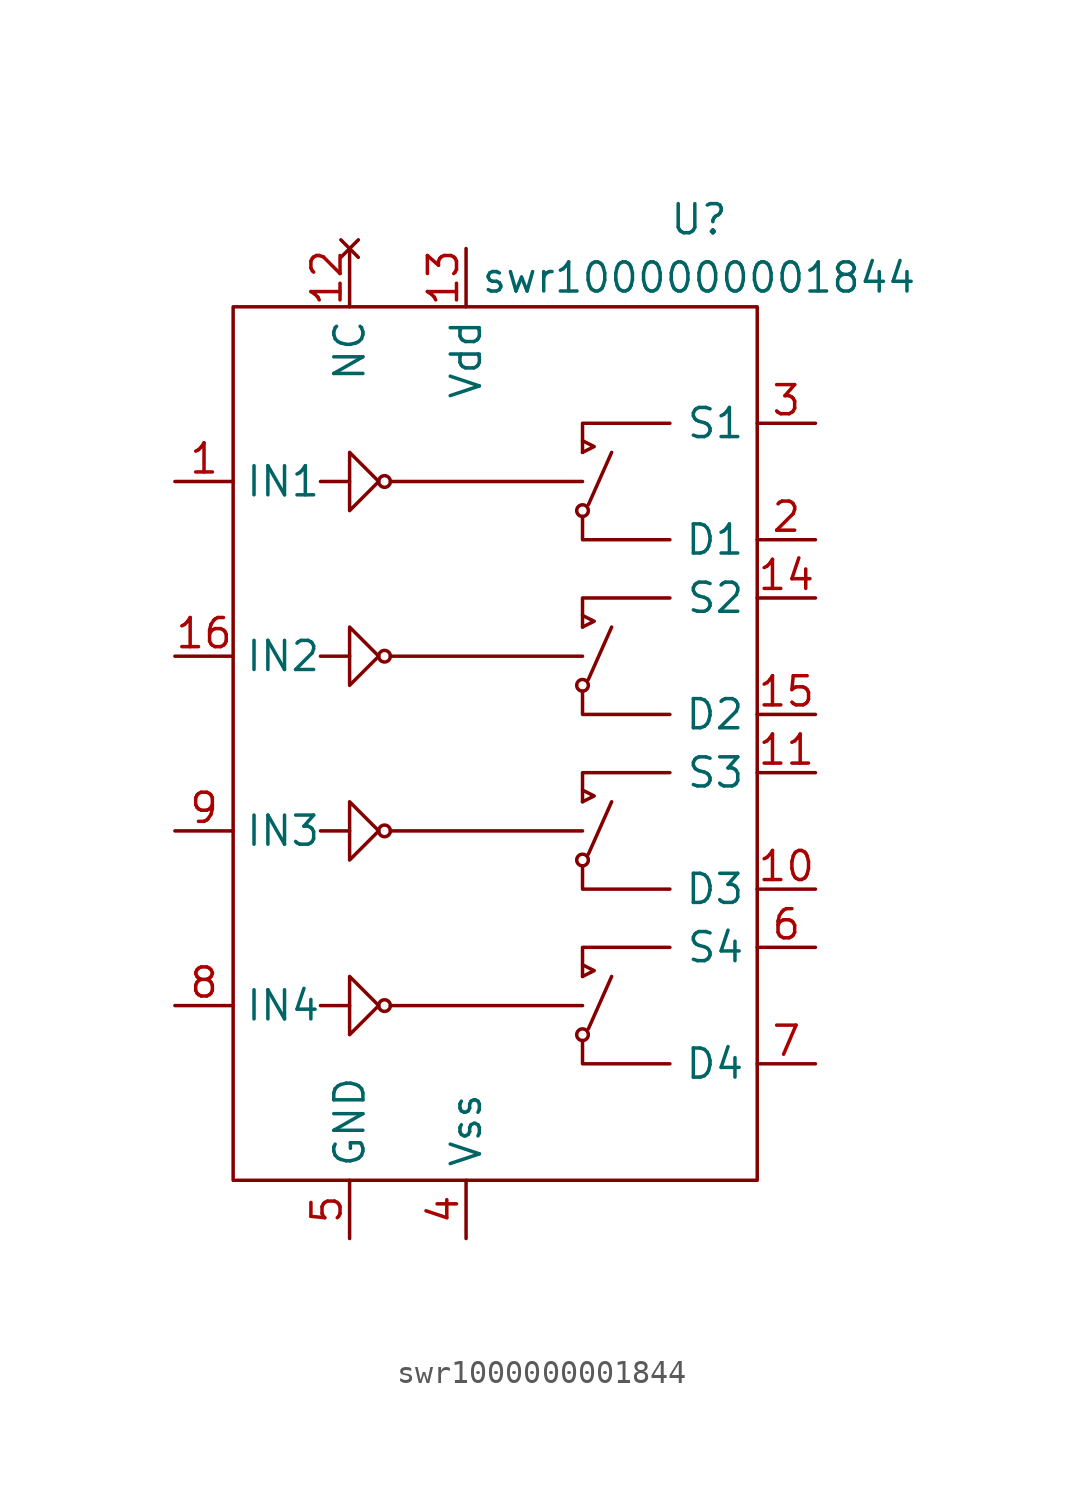
<source format=kicad_sym>
(kicad_symbol_lib
  (version 20211014)
  (generator kicad_symbol_editor)
  (symbol "swr1000000001844"
    (property "Reference" "U"
      (at 10.16 3.81 0)
      (effects (font (size 1.27 1.27))))
    (property "Value" "swr1000000001844"
      (at 10.16 1.27 0)
      (effects (font (size 1.27 1.27))))
    (symbol "swr1000000001844_0_0"
      (pin input line (at -12.7 -7.62 0) (length 2.54) (name "IN1" (effects (font (size 1.27 1.27)))) (number "1" (effects (font (size 1.27 1.27)))))
      (pin bidirectional line (at 15.24 -25.4 180) (length 2.54) (name "D3" (effects (font (size 1.27 1.27)))) (number "10" (effects (font (size 1.27 1.27)))))
      (pin bidirectional line (at 15.24 -20.32 180) (length 2.54) (name "S3" (effects (font (size 1.27 1.27)))) (number "11" (effects (font (size 1.27 1.27)))))
      (pin no_connect line (at -5.08 2.54 270) (length 2.54) (name "NC" (effects (font (size 1.27 1.27)))) (number "12" (effects (font (size 1.27 1.27)))))
      (pin power_in line (at 0 2.54 270) (length 2.54) (name "Vdd" (effects (font (size 1.27 1.27)))) (number "13" (effects (font (size 1.27 1.27)))))
      (pin bidirectional line (at 15.24 -12.7 180) (length 2.54) (name "S2" (effects (font (size 1.27 1.27)))) (number "14" (effects (font (size 1.27 1.27)))))
      (pin bidirectional line (at 15.24 -17.78 180) (length 2.54) (name "D2" (effects (font (size 1.27 1.27)))) (number "15" (effects (font (size 1.27 1.27)))))
      (pin input line (at -12.7 -15.24 0) (length 2.54) (name "IN2" (effects (font (size 1.27 1.27)))) (number "16" (effects (font (size 1.27 1.27)))))
      (pin bidirectional line (at 15.24 -10.16 180) (length 2.54) (name "D1" (effects (font (size 1.27 1.27)))) (number "2" (effects (font (size 1.27 1.27)))))
      (pin bidirectional line (at 15.24 -5.08 180) (length 2.54) (name "S1" (effects (font (size 1.27 1.27)))) (number "3" (effects (font (size 1.27 1.27)))))
      (pin power_in line (at 0 -40.64 90) (length 2.54) (name "Vss" (effects (font (size 1.27 1.27)))) (number "4" (effects (font (size 1.27 1.27)))))
      (pin power_in line (at -5.08 -40.64 90) (length 2.54) (name "GND" (effects (font (size 1.27 1.27)))) (number "5" (effects (font (size 1.27 1.27)))))
      (pin bidirectional line (at 15.24 -27.94 180) (length 2.54) (name "S4" (effects (font (size 1.27 1.27)))) (number "6" (effects (font (size 1.27 1.27)))))
      (pin bidirectional line (at 15.24 -33.02 180) (length 2.54) (name "D4" (effects (font (size 1.27 1.27)))) (number "7" (effects (font (size 1.27 1.27)))))
      (pin input line (at -12.7 -30.48 0) (length 2.54) (name "IN4" (effects (font (size 1.27 1.27)))) (number "8" (effects (font (size 1.27 1.27)))))
      (pin input line (at -12.7 -22.86 0) (length 2.54) (name "IN3" (effects (font (size 1.27 1.27)))) (number "9" (effects (font (size 1.27 1.27))))))
    (symbol "swr1000000001844_0_1"
      (rectangle (start -10.16 0) (end 12.7 -38.1) (stroke (width 0) (type default) (color 0 0 0 0)) (fill (type none)))
      (circle (center -3.556 -30.48) (radius 0.254) (stroke (width 0) (type default) (color 0 0 0 0)) (fill (type none)))
      (circle (center -3.556 -22.86) (radius 0.254) (stroke (width 0) (type default) (color 0 0 0 0)) (fill (type none)))
      (circle (center -3.556 -15.24) (radius 0.254) (stroke (width 0) (type default) (color 0 0 0 0)) (fill (type none)))
      (circle (center -3.556 -7.62) (radius 0.254) (stroke (width 0) (type default) (color 0 0 0 0)) (fill (type none)))
      (polyline (pts (xy -5.08 -30.48) (xy -6.35 -30.48)) (stroke (width 0) (type default) (color 0 0 0 0)) (fill (type none)))
      (polyline (pts (xy -5.08 -22.86) (xy -6.35 -22.86)) (stroke (width 0) (type default) (color 0 0 0 0)) (fill (type none)))
      (polyline (pts (xy -5.08 -15.24) (xy -6.35 -15.24)) (stroke (width 0) (type default) (color 0 0 0 0)) (fill (type none)))
      (polyline (pts (xy -5.08 -7.62) (xy -6.35 -7.62)) (stroke (width 0) (type default) (color 0 0 0 0)) (fill (type none)))
      (polyline (pts (xy -3.302 -30.48) (xy 5.08 -30.48)) (stroke (width 0) (type default) (color 0 0 0 0)) (fill (type none)))
      (polyline (pts (xy -3.302 -22.86) (xy 5.08 -22.86)) (stroke (width 0) (type default) (color 0 0 0 0)) (fill (type none)))
      (polyline (pts (xy -3.302 -15.24) (xy 5.08 -15.24)) (stroke (width 0) (type default) (color 0 0 0 0)) (fill (type none)))
      (polyline (pts (xy -3.302 -7.62) (xy 5.08 -7.62)) (stroke (width 0) (type default) (color 0 0 0 0)) (fill (type none)))
      (polyline (pts (xy 5.334 -31.496) (xy 6.35 -29.21)) (stroke (width 0) (type default) (color 0 0 0 0)) (fill (type none)))
      (polyline (pts (xy 5.334 -23.876) (xy 6.35 -21.59)) (stroke (width 0) (type default) (color 0 0 0 0)) (fill (type none)))
      (polyline (pts (xy 5.334 -16.256) (xy 6.35 -13.97)) (stroke (width 0) (type default) (color 0 0 0 0)) (fill (type none)))
      (polyline (pts (xy 5.334 -8.636) (xy 6.35 -6.35)) (stroke (width 0) (type default) (color 0 0 0 0)) (fill (type none)))
      (polyline (pts (xy 5.08 -32.004) (xy 5.08 -33.02) (xy 8.89 -33.02)) (stroke (width 0) (type default) (color 0 0 0 0)) (fill (type none)))
      (polyline (pts (xy 5.08 -29.21) (xy 5.588 -28.956) (xy 5.08 -28.702)) (stroke (width 0) (type default) (color 0 0 0 0)) (fill (type none)))
      (polyline (pts (xy 5.08 -24.384) (xy 5.08 -25.4) (xy 8.89 -25.4)) (stroke (width 0) (type default) (color 0 0 0 0)) (fill (type none)))
      (polyline (pts (xy 5.08 -21.59) (xy 5.588 -21.336) (xy 5.08 -21.082)) (stroke (width 0) (type default) (color 0 0 0 0)) (fill (type none)))
      (polyline (pts (xy 5.08 -16.764) (xy 5.08 -17.78) (xy 8.89 -17.78)) (stroke (width 0) (type default) (color 0 0 0 0)) (fill (type none)))
      (polyline (pts (xy 5.08 -13.97) (xy 5.588 -13.716) (xy 5.08 -13.462)) (stroke (width 0) (type default) (color 0 0 0 0)) (fill (type none)))
      (polyline (pts (xy 5.08 -9.144) (xy 5.08 -10.16) (xy 8.89 -10.16)) (stroke (width 0) (type default) (color 0 0 0 0)) (fill (type none)))
      (polyline (pts (xy 5.08 -6.35) (xy 5.588 -6.096) (xy 5.08 -5.842)) (stroke (width 0) (type default) (color 0 0 0 0)) (fill (type none)))
      (polyline (pts (xy 8.89 -27.94) (xy 5.08 -27.94) (xy 5.08 -29.21)) (stroke (width 0) (type default) (color 0 0 0 0)) (fill (type none)))
      (polyline (pts (xy 8.89 -20.32) (xy 5.08 -20.32) (xy 5.08 -21.59)) (stroke (width 0) (type default) (color 0 0 0 0)) (fill (type none)))
      (polyline (pts (xy 8.89 -12.7) (xy 5.08 -12.7) (xy 5.08 -13.97)) (stroke (width 0) (type default) (color 0 0 0 0)) (fill (type none)))
      (polyline (pts (xy 8.89 -5.08) (xy 5.08 -5.08) (xy 5.08 -6.35)) (stroke (width 0) (type default) (color 0 0 0 0)) (fill (type none)))
      (polyline (pts (xy -5.08 -29.21) (xy -5.08 -31.75) (xy -3.81 -30.48) (xy -5.08 -29.21)) (stroke (width 0) (type default) (color 0 0 0 0)) (fill (type none)))
      (polyline (pts (xy -5.08 -21.59) (xy -5.08 -24.13) (xy -3.81 -22.86) (xy -5.08 -21.59)) (stroke (width 0) (type default) (color 0 0 0 0)) (fill (type none)))
      (polyline (pts (xy -5.08 -13.97) (xy -5.08 -16.51) (xy -3.81 -15.24) (xy -5.08 -13.97)) (stroke (width 0) (type default) (color 0 0 0 0)) (fill (type none)))
      (polyline (pts (xy -5.08 -6.35) (xy -5.08 -8.89) (xy -3.81 -7.62) (xy -5.08 -6.35)) (stroke (width 0) (type default) (color 0 0 0 0)) (fill (type none)))
      (circle (center 5.08 -31.75) (radius 0.254) (stroke (width 0) (type default) (color 0 0 0 0)) (fill (type none)))
      (circle (center 5.08 -24.13) (radius 0.254) (stroke (width 0) (type default) (color 0 0 0 0)) (fill (type none)))
      (circle (center 5.08 -16.51) (radius 0.254) (stroke (width 0) (type default) (color 0 0 0 0)) (fill (type none)))
      (circle (center 5.08 -8.89) (radius 0.254) (stroke (width 0) (type default) (color 0 0 0 0)) (fill (type none))))))
</source>
